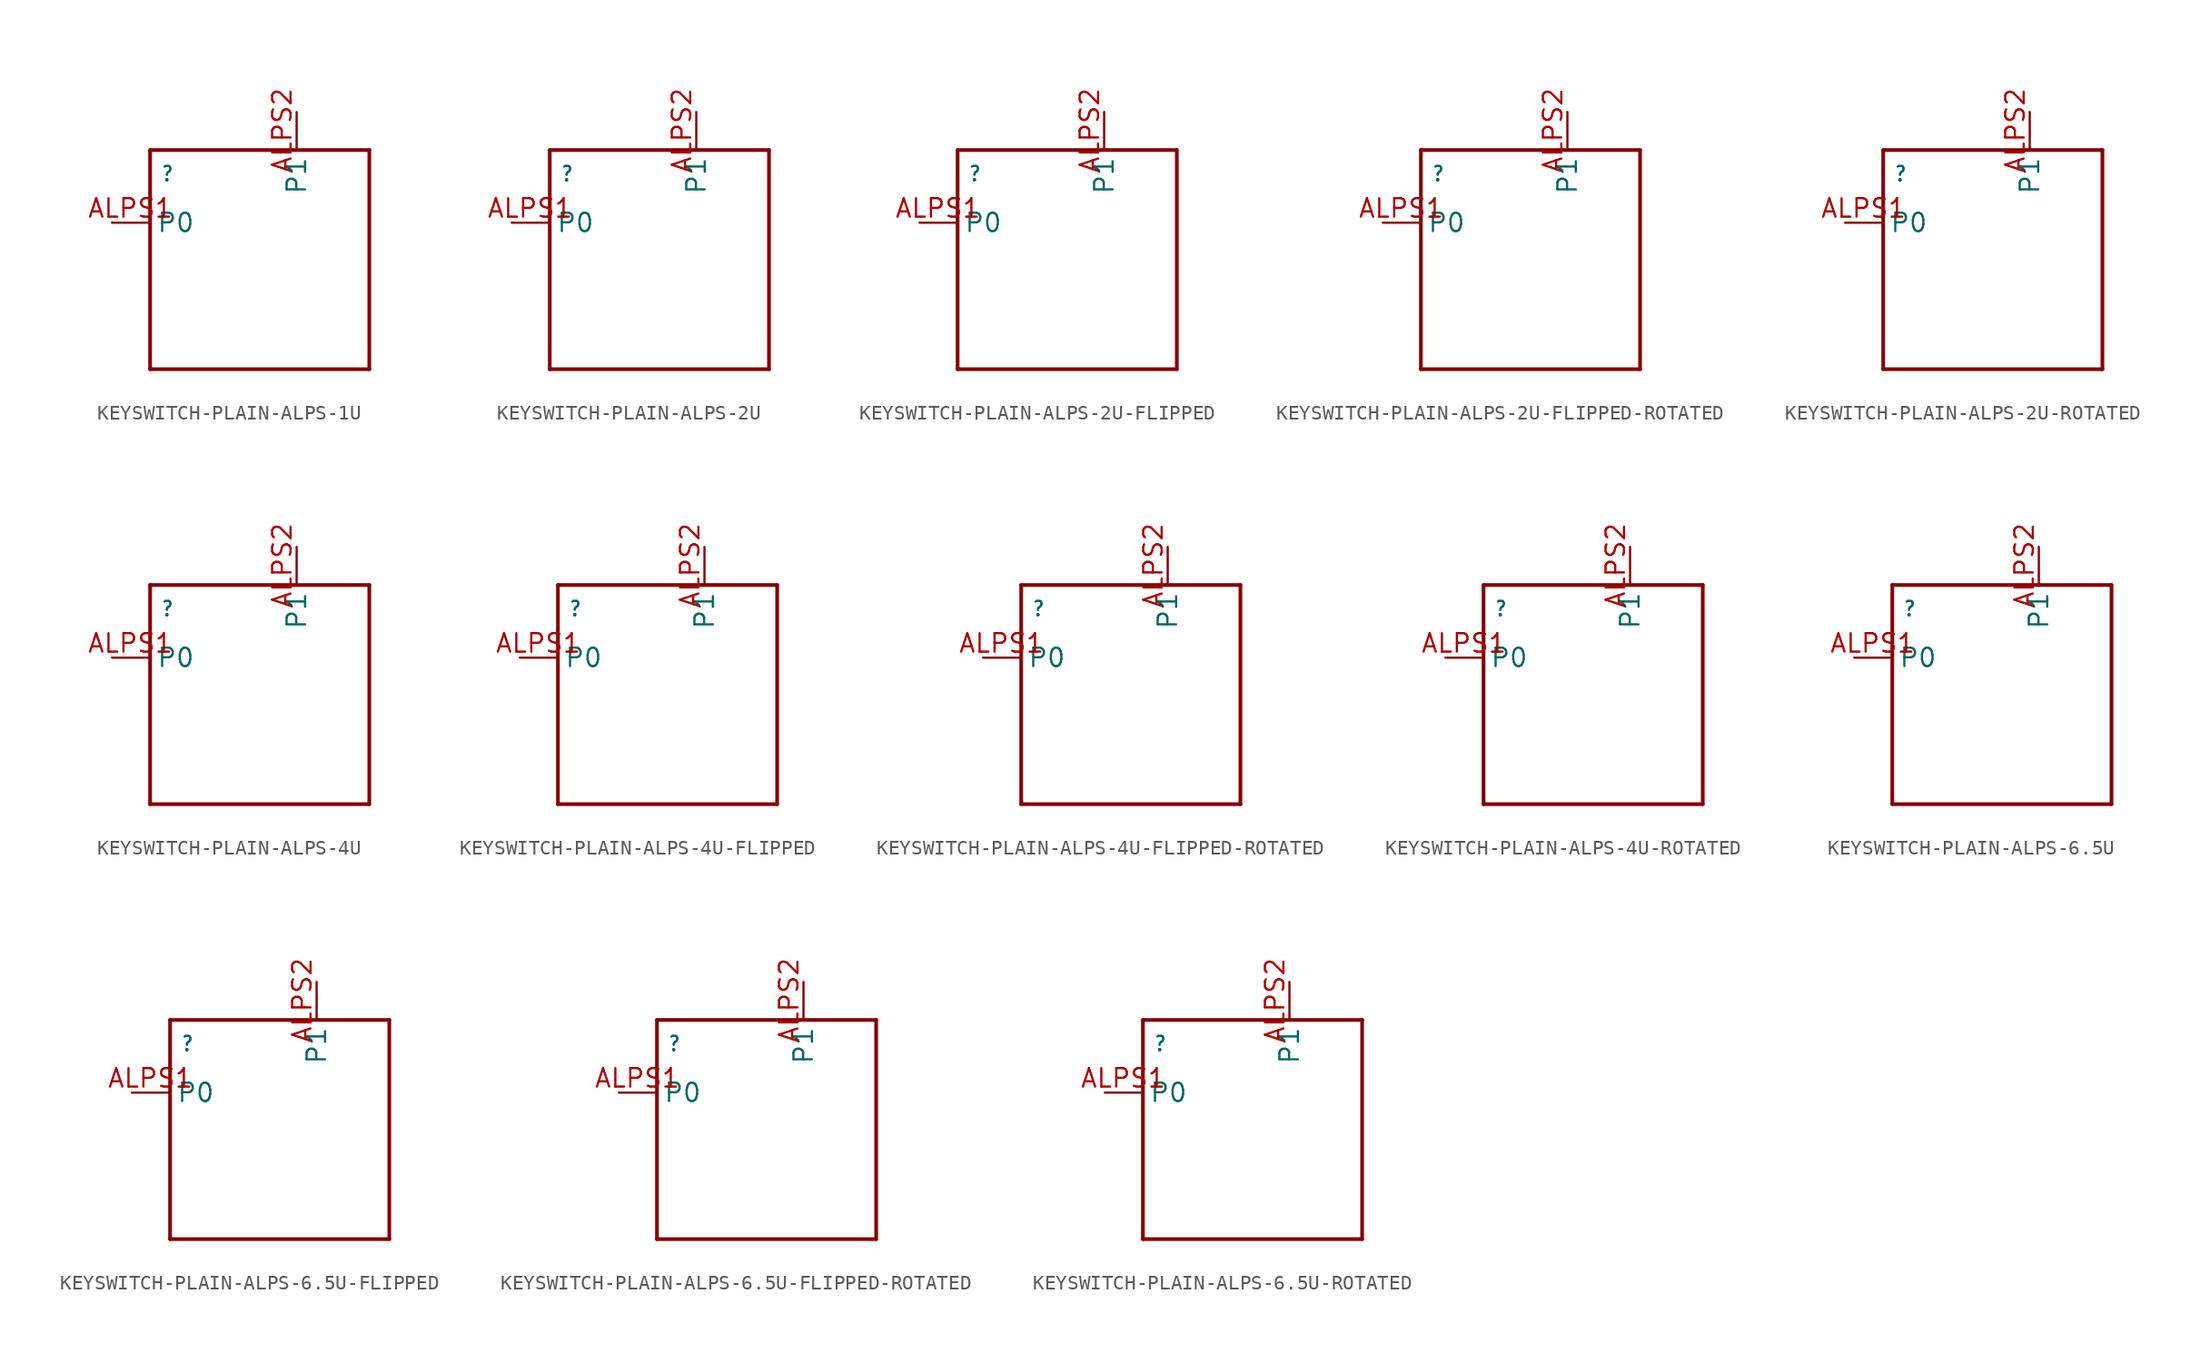
<source format=kicad_sym>
(kicad_symbol_lib
  (version 20211014)
  (generator kicad_symbol_editor)
  (symbol "KEYSWITCH-PLAIN-ALPS-1U"
    (property "Reference" ""
      (at -6.81 5.318 0)
      (effects (font (size 1 0.85)) (justify left bottom)))
    (property "ki_locked" ""
      (at 0 0 0)
      (effects (font (size 1.27 1.27))))
    (symbol "KEYSWITCH-PLAIN-ALPS-1U_1_0"
      (polyline (pts (xy -7.54 -7.54) (xy -7.54 7.54)) (stroke (width 0.254) (type default) (color 0 0 0 0)) (fill (type none)))
      (polyline (pts (xy -7.54 7.54) (xy 7.54 7.54)) (stroke (width 0.254) (type default) (color 0 0 0 0)) (fill (type none)))
      (polyline (pts (xy 7.54 -7.54) (xy -7.54 -7.54)) (stroke (width 0.254) (type default) (color 0 0 0 0)) (fill (type none)))
      (polyline (pts (xy 7.54 7.54) (xy 7.54 -7.54)) (stroke (width 0.254) (type default) (color 0 0 0 0)) (fill (type none)))
      (pin bidirectional line (at -10.16 2.54 0) (length 2.54) (name "P0" (effects (font (size 1.27 1.27)))) (number "ALPS1" (effects (font (size 1.27 1.27)))))
      (pin bidirectional line (at 2.54 10.16 270) (length 2.54) (name "P1" (effects (font (size 1.27 1.27)))) (number "ALPS2" (effects (font (size 1.27 1.27)))))))
  (symbol "KEYSWITCH-PLAIN-ALPS-2U"
    (property "Reference" ""
      (at -6.81 5.318 0)
      (effects (font (size 1 0.85)) (justify left bottom)))
    (property "ki_locked" ""
      (at 0 0 0)
      (effects (font (size 1.27 1.27))))
    (symbol "KEYSWITCH-PLAIN-ALPS-2U_1_0"
      (polyline (pts (xy -7.54 -7.54) (xy -7.54 7.54)) (stroke (width 0.254) (type default) (color 0 0 0 0)) (fill (type none)))
      (polyline (pts (xy -7.54 7.54) (xy 7.54 7.54)) (stroke (width 0.254) (type default) (color 0 0 0 0)) (fill (type none)))
      (polyline (pts (xy 7.54 -7.54) (xy -7.54 -7.54)) (stroke (width 0.254) (type default) (color 0 0 0 0)) (fill (type none)))
      (polyline (pts (xy 7.54 7.54) (xy 7.54 -7.54)) (stroke (width 0.254) (type default) (color 0 0 0 0)) (fill (type none)))
      (pin bidirectional line (at -10.16 2.54 0) (length 2.54) (name "P0" (effects (font (size 1.27 1.27)))) (number "ALPS1" (effects (font (size 1.27 1.27)))))
      (pin bidirectional line (at 2.54 10.16 270) (length 2.54) (name "P1" (effects (font (size 1.27 1.27)))) (number "ALPS2" (effects (font (size 1.27 1.27)))))))
  (symbol "KEYSWITCH-PLAIN-ALPS-2U-FLIPPED"
    (property "Reference" ""
      (at -6.81 5.318 0)
      (effects (font (size 1 0.85)) (justify left bottom)))
    (property "ki_locked" ""
      (at 0 0 0)
      (effects (font (size 1.27 1.27))))
    (symbol "KEYSWITCH-PLAIN-ALPS-2U-FLIPPED_1_0"
      (polyline (pts (xy -7.54 -7.54) (xy -7.54 7.54)) (stroke (width 0.254) (type default) (color 0 0 0 0)) (fill (type none)))
      (polyline (pts (xy -7.54 7.54) (xy 7.54 7.54)) (stroke (width 0.254) (type default) (color 0 0 0 0)) (fill (type none)))
      (polyline (pts (xy 7.54 -7.54) (xy -7.54 -7.54)) (stroke (width 0.254) (type default) (color 0 0 0 0)) (fill (type none)))
      (polyline (pts (xy 7.54 7.54) (xy 7.54 -7.54)) (stroke (width 0.254) (type default) (color 0 0 0 0)) (fill (type none)))
      (pin bidirectional line (at -10.16 2.54 0) (length 2.54) (name "P0" (effects (font (size 1.27 1.27)))) (number "ALPS1" (effects (font (size 1.27 1.27)))))
      (pin bidirectional line (at 2.54 10.16 270) (length 2.54) (name "P1" (effects (font (size 1.27 1.27)))) (number "ALPS2" (effects (font (size 1.27 1.27)))))))
  (symbol "KEYSWITCH-PLAIN-ALPS-2U-FLIPPED-ROTATED"
    (property "Reference" ""
      (at -6.81 5.318 0)
      (effects (font (size 1 0.85)) (justify left bottom)))
    (property "ki_locked" ""
      (at 0 0 0)
      (effects (font (size 1.27 1.27))))
    (symbol "KEYSWITCH-PLAIN-ALPS-2U-FLIPPED-ROTATED_1_0"
      (polyline (pts (xy -7.54 -7.54) (xy -7.54 7.54)) (stroke (width 0.254) (type default) (color 0 0 0 0)) (fill (type none)))
      (polyline (pts (xy -7.54 7.54) (xy 7.54 7.54)) (stroke (width 0.254) (type default) (color 0 0 0 0)) (fill (type none)))
      (polyline (pts (xy 7.54 -7.54) (xy -7.54 -7.54)) (stroke (width 0.254) (type default) (color 0 0 0 0)) (fill (type none)))
      (polyline (pts (xy 7.54 7.54) (xy 7.54 -7.54)) (stroke (width 0.254) (type default) (color 0 0 0 0)) (fill (type none)))
      (pin bidirectional line (at -10.16 2.54 0) (length 2.54) (name "P0" (effects (font (size 1.27 1.27)))) (number "ALPS1" (effects (font (size 1.27 1.27)))))
      (pin bidirectional line (at 2.54 10.16 270) (length 2.54) (name "P1" (effects (font (size 1.27 1.27)))) (number "ALPS2" (effects (font (size 1.27 1.27)))))))
  (symbol "KEYSWITCH-PLAIN-ALPS-2U-ROTATED"
    (property "Reference" ""
      (at -6.81 5.318 0)
      (effects (font (size 1 0.85)) (justify left bottom)))
    (property "ki_locked" ""
      (at 0 0 0)
      (effects (font (size 1.27 1.27))))
    (symbol "KEYSWITCH-PLAIN-ALPS-2U-ROTATED_1_0"
      (polyline (pts (xy -7.54 -7.54) (xy -7.54 7.54)) (stroke (width 0.254) (type default) (color 0 0 0 0)) (fill (type none)))
      (polyline (pts (xy -7.54 7.54) (xy 7.54 7.54)) (stroke (width 0.254) (type default) (color 0 0 0 0)) (fill (type none)))
      (polyline (pts (xy 7.54 -7.54) (xy -7.54 -7.54)) (stroke (width 0.254) (type default) (color 0 0 0 0)) (fill (type none)))
      (polyline (pts (xy 7.54 7.54) (xy 7.54 -7.54)) (stroke (width 0.254) (type default) (color 0 0 0 0)) (fill (type none)))
      (pin bidirectional line (at -10.16 2.54 0) (length 2.54) (name "P0" (effects (font (size 1.27 1.27)))) (number "ALPS1" (effects (font (size 1.27 1.27)))))
      (pin bidirectional line (at 2.54 10.16 270) (length 2.54) (name "P1" (effects (font (size 1.27 1.27)))) (number "ALPS2" (effects (font (size 1.27 1.27)))))))
  (symbol "KEYSWITCH-PLAIN-ALPS-4U"
    (property "Reference" ""
      (at -6.81 5.318 0)
      (effects (font (size 1 0.85)) (justify left bottom)))
    (property "ki_locked" ""
      (at 0 0 0)
      (effects (font (size 1.27 1.27))))
    (symbol "KEYSWITCH-PLAIN-ALPS-4U_1_0"
      (polyline (pts (xy -7.54 -7.54) (xy -7.54 7.54)) (stroke (width 0.254) (type default) (color 0 0 0 0)) (fill (type none)))
      (polyline (pts (xy -7.54 7.54) (xy 7.54 7.54)) (stroke (width 0.254) (type default) (color 0 0 0 0)) (fill (type none)))
      (polyline (pts (xy 7.54 -7.54) (xy -7.54 -7.54)) (stroke (width 0.254) (type default) (color 0 0 0 0)) (fill (type none)))
      (polyline (pts (xy 7.54 7.54) (xy 7.54 -7.54)) (stroke (width 0.254) (type default) (color 0 0 0 0)) (fill (type none)))
      (pin bidirectional line (at -10.16 2.54 0) (length 2.54) (name "P0" (effects (font (size 1.27 1.27)))) (number "ALPS1" (effects (font (size 1.27 1.27)))))
      (pin bidirectional line (at 2.54 10.16 270) (length 2.54) (name "P1" (effects (font (size 1.27 1.27)))) (number "ALPS2" (effects (font (size 1.27 1.27)))))))
  (symbol "KEYSWITCH-PLAIN-ALPS-4U-FLIPPED"
    (property "Reference" ""
      (at -6.81 5.318 0)
      (effects (font (size 1 0.85)) (justify left bottom)))
    (property "ki_locked" ""
      (at 0 0 0)
      (effects (font (size 1.27 1.27))))
    (symbol "KEYSWITCH-PLAIN-ALPS-4U-FLIPPED_1_0"
      (polyline (pts (xy -7.54 -7.54) (xy -7.54 7.54)) (stroke (width 0.254) (type default) (color 0 0 0 0)) (fill (type none)))
      (polyline (pts (xy -7.54 7.54) (xy 7.54 7.54)) (stroke (width 0.254) (type default) (color 0 0 0 0)) (fill (type none)))
      (polyline (pts (xy 7.54 -7.54) (xy -7.54 -7.54)) (stroke (width 0.254) (type default) (color 0 0 0 0)) (fill (type none)))
      (polyline (pts (xy 7.54 7.54) (xy 7.54 -7.54)) (stroke (width 0.254) (type default) (color 0 0 0 0)) (fill (type none)))
      (pin bidirectional line (at -10.16 2.54 0) (length 2.54) (name "P0" (effects (font (size 1.27 1.27)))) (number "ALPS1" (effects (font (size 1.27 1.27)))))
      (pin bidirectional line (at 2.54 10.16 270) (length 2.54) (name "P1" (effects (font (size 1.27 1.27)))) (number "ALPS2" (effects (font (size 1.27 1.27)))))))
  (symbol "KEYSWITCH-PLAIN-ALPS-4U-FLIPPED-ROTATED"
    (property "Reference" ""
      (at -6.81 5.318 0)
      (effects (font (size 1 0.85)) (justify left bottom)))
    (property "ki_locked" ""
      (at 0 0 0)
      (effects (font (size 1.27 1.27))))
    (symbol "KEYSWITCH-PLAIN-ALPS-4U-FLIPPED-ROTATED_1_0"
      (polyline (pts (xy -7.54 -7.54) (xy -7.54 7.54)) (stroke (width 0.254) (type default) (color 0 0 0 0)) (fill (type none)))
      (polyline (pts (xy -7.54 7.54) (xy 7.54 7.54)) (stroke (width 0.254) (type default) (color 0 0 0 0)) (fill (type none)))
      (polyline (pts (xy 7.54 -7.54) (xy -7.54 -7.54)) (stroke (width 0.254) (type default) (color 0 0 0 0)) (fill (type none)))
      (polyline (pts (xy 7.54 7.54) (xy 7.54 -7.54)) (stroke (width 0.254) (type default) (color 0 0 0 0)) (fill (type none)))
      (pin bidirectional line (at -10.16 2.54 0) (length 2.54) (name "P0" (effects (font (size 1.27 1.27)))) (number "ALPS1" (effects (font (size 1.27 1.27)))))
      (pin bidirectional line (at 2.54 10.16 270) (length 2.54) (name "P1" (effects (font (size 1.27 1.27)))) (number "ALPS2" (effects (font (size 1.27 1.27)))))))
  (symbol "KEYSWITCH-PLAIN-ALPS-4U-ROTATED"
    (property "Reference" ""
      (at -6.81 5.318 0)
      (effects (font (size 1 0.85)) (justify left bottom)))
    (property "ki_locked" ""
      (at 0 0 0)
      (effects (font (size 1.27 1.27))))
    (symbol "KEYSWITCH-PLAIN-ALPS-4U-ROTATED_1_0"
      (polyline (pts (xy -7.54 -7.54) (xy -7.54 7.54)) (stroke (width 0.254) (type default) (color 0 0 0 0)) (fill (type none)))
      (polyline (pts (xy -7.54 7.54) (xy 7.54 7.54)) (stroke (width 0.254) (type default) (color 0 0 0 0)) (fill (type none)))
      (polyline (pts (xy 7.54 -7.54) (xy -7.54 -7.54)) (stroke (width 0.254) (type default) (color 0 0 0 0)) (fill (type none)))
      (polyline (pts (xy 7.54 7.54) (xy 7.54 -7.54)) (stroke (width 0.254) (type default) (color 0 0 0 0)) (fill (type none)))
      (pin bidirectional line (at -10.16 2.54 0) (length 2.54) (name "P0" (effects (font (size 1.27 1.27)))) (number "ALPS1" (effects (font (size 1.27 1.27)))))
      (pin bidirectional line (at 2.54 10.16 270) (length 2.54) (name "P1" (effects (font (size 1.27 1.27)))) (number "ALPS2" (effects (font (size 1.27 1.27)))))))
  (symbol "KEYSWITCH-PLAIN-ALPS-6.5U"
    (property "Reference" ""
      (at -6.81 5.318 0)
      (effects (font (size 1 0.85)) (justify left bottom)))
    (property "ki_locked" ""
      (at 0 0 0)
      (effects (font (size 1.27 1.27))))
    (symbol "KEYSWITCH-PLAIN-ALPS-6.5U_1_0"
      (polyline (pts (xy -7.54 -7.54) (xy -7.54 7.54)) (stroke (width 0.254) (type default) (color 0 0 0 0)) (fill (type none)))
      (polyline (pts (xy -7.54 7.54) (xy 7.54 7.54)) (stroke (width 0.254) (type default) (color 0 0 0 0)) (fill (type none)))
      (polyline (pts (xy 7.54 -7.54) (xy -7.54 -7.54)) (stroke (width 0.254) (type default) (color 0 0 0 0)) (fill (type none)))
      (polyline (pts (xy 7.54 7.54) (xy 7.54 -7.54)) (stroke (width 0.254) (type default) (color 0 0 0 0)) (fill (type none)))
      (pin bidirectional line (at -10.16 2.54 0) (length 2.54) (name "P0" (effects (font (size 1.27 1.27)))) (number "ALPS1" (effects (font (size 1.27 1.27)))))
      (pin bidirectional line (at 2.54 10.16 270) (length 2.54) (name "P1" (effects (font (size 1.27 1.27)))) (number "ALPS2" (effects (font (size 1.27 1.27)))))))
  (symbol "KEYSWITCH-PLAIN-ALPS-6.5U-FLIPPED"
    (property "Reference" ""
      (at -6.81 5.318 0)
      (effects (font (size 1 0.85)) (justify left bottom)))
    (property "ki_locked" ""
      (at 0 0 0)
      (effects (font (size 1.27 1.27))))
    (symbol "KEYSWITCH-PLAIN-ALPS-6.5U-FLIPPED_1_0"
      (polyline (pts (xy -7.54 -7.54) (xy -7.54 7.54)) (stroke (width 0.254) (type default) (color 0 0 0 0)) (fill (type none)))
      (polyline (pts (xy -7.54 7.54) (xy 7.54 7.54)) (stroke (width 0.254) (type default) (color 0 0 0 0)) (fill (type none)))
      (polyline (pts (xy 7.54 -7.54) (xy -7.54 -7.54)) (stroke (width 0.254) (type default) (color 0 0 0 0)) (fill (type none)))
      (polyline (pts (xy 7.54 7.54) (xy 7.54 -7.54)) (stroke (width 0.254) (type default) (color 0 0 0 0)) (fill (type none)))
      (pin bidirectional line (at -10.16 2.54 0) (length 2.54) (name "P0" (effects (font (size 1.27 1.27)))) (number "ALPS1" (effects (font (size 1.27 1.27)))))
      (pin bidirectional line (at 2.54 10.16 270) (length 2.54) (name "P1" (effects (font (size 1.27 1.27)))) (number "ALPS2" (effects (font (size 1.27 1.27)))))))
  (symbol "KEYSWITCH-PLAIN-ALPS-6.5U-FLIPPED-ROTATED"
    (property "Reference" ""
      (at -6.81 5.318 0)
      (effects (font (size 1 0.85)) (justify left bottom)))
    (property "ki_locked" ""
      (at 0 0 0)
      (effects (font (size 1.27 1.27))))
    (symbol "KEYSWITCH-PLAIN-ALPS-6.5U-FLIPPED-ROTATED_1_0"
      (polyline (pts (xy -7.54 -7.54) (xy -7.54 7.54)) (stroke (width 0.254) (type default) (color 0 0 0 0)) (fill (type none)))
      (polyline (pts (xy -7.54 7.54) (xy 7.54 7.54)) (stroke (width 0.254) (type default) (color 0 0 0 0)) (fill (type none)))
      (polyline (pts (xy 7.54 -7.54) (xy -7.54 -7.54)) (stroke (width 0.254) (type default) (color 0 0 0 0)) (fill (type none)))
      (polyline (pts (xy 7.54 7.54) (xy 7.54 -7.54)) (stroke (width 0.254) (type default) (color 0 0 0 0)) (fill (type none)))
      (pin bidirectional line (at -10.16 2.54 0) (length 2.54) (name "P0" (effects (font (size 1.27 1.27)))) (number "ALPS1" (effects (font (size 1.27 1.27)))))
      (pin bidirectional line (at 2.54 10.16 270) (length 2.54) (name "P1" (effects (font (size 1.27 1.27)))) (number "ALPS2" (effects (font (size 1.27 1.27)))))))
  (symbol "KEYSWITCH-PLAIN-ALPS-6.5U-ROTATED"
    (property "Reference" ""
      (at -6.81 5.318 0)
      (effects (font (size 1 0.85)) (justify left bottom)))
    (property "ki_locked" ""
      (at 0 0 0)
      (effects (font (size 1.27 1.27))))
    (symbol "KEYSWITCH-PLAIN-ALPS-6.5U-ROTATED_1_0"
      (polyline (pts (xy -7.54 -7.54) (xy -7.54 7.54)) (stroke (width 0.254) (type default) (color 0 0 0 0)) (fill (type none)))
      (polyline (pts (xy -7.54 7.54) (xy 7.54 7.54)) (stroke (width 0.254) (type default) (color 0 0 0 0)) (fill (type none)))
      (polyline (pts (xy 7.54 -7.54) (xy -7.54 -7.54)) (stroke (width 0.254) (type default) (color 0 0 0 0)) (fill (type none)))
      (polyline (pts (xy 7.54 7.54) (xy 7.54 -7.54)) (stroke (width 0.254) (type default) (color 0 0 0 0)) (fill (type none)))
      (pin bidirectional line (at -10.16 2.54 0) (length 2.54) (name "P0" (effects (font (size 1.27 1.27)))) (number "ALPS1" (effects (font (size 1.27 1.27)))))
      (pin bidirectional line (at 2.54 10.16 270) (length 2.54) (name "P1" (effects (font (size 1.27 1.27)))) (number "ALPS2" (effects (font (size 1.27 1.27))))))))
</source>
